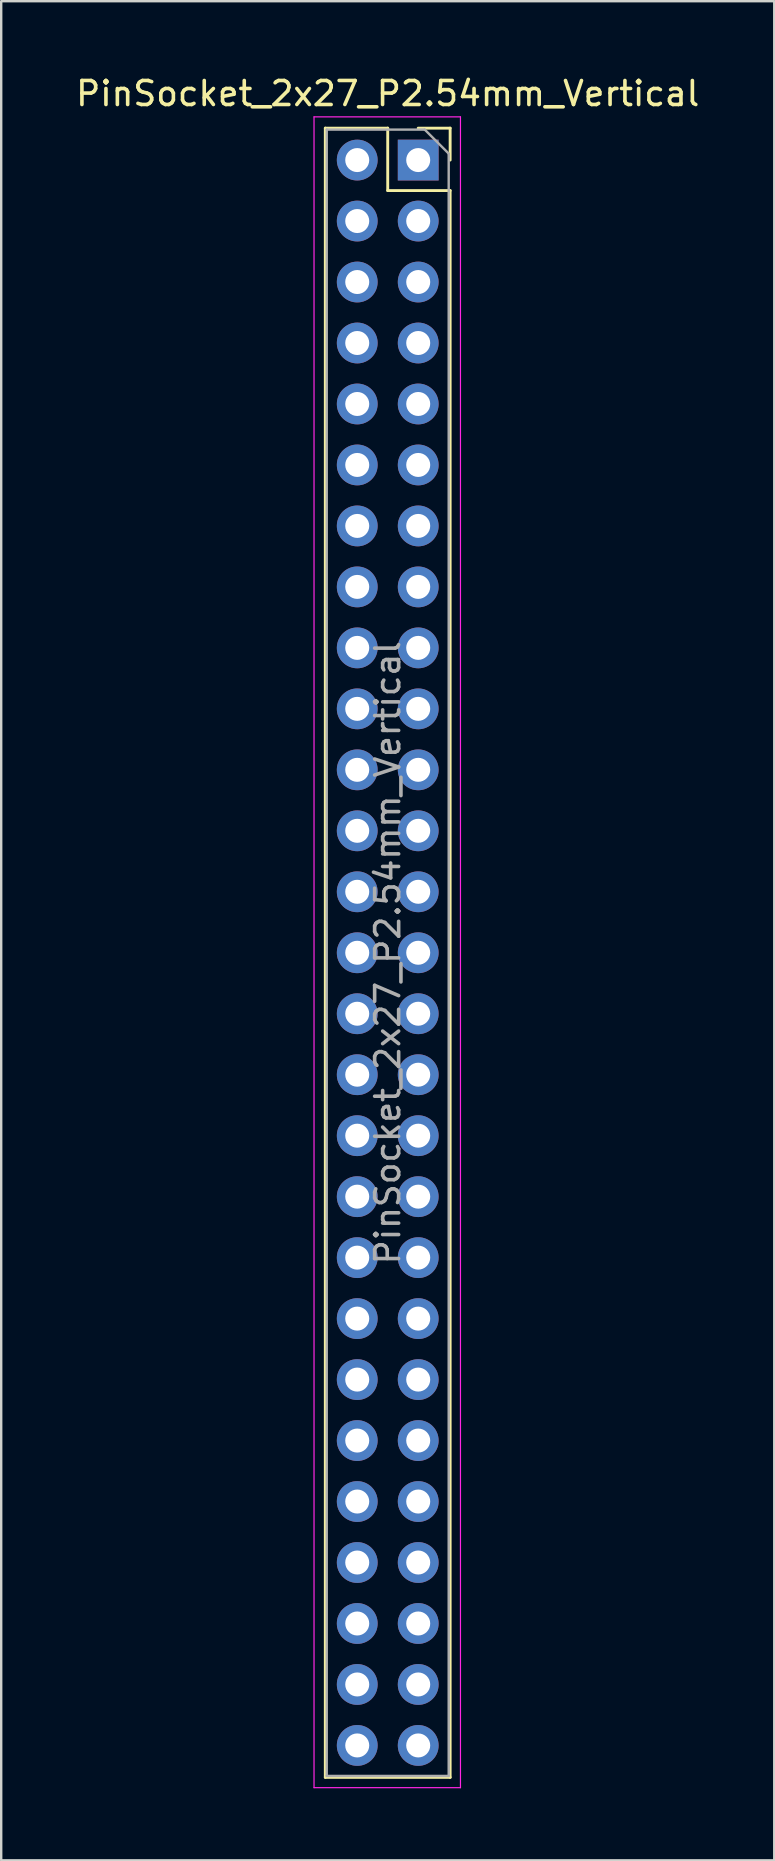
<source format=kicad_pcb>
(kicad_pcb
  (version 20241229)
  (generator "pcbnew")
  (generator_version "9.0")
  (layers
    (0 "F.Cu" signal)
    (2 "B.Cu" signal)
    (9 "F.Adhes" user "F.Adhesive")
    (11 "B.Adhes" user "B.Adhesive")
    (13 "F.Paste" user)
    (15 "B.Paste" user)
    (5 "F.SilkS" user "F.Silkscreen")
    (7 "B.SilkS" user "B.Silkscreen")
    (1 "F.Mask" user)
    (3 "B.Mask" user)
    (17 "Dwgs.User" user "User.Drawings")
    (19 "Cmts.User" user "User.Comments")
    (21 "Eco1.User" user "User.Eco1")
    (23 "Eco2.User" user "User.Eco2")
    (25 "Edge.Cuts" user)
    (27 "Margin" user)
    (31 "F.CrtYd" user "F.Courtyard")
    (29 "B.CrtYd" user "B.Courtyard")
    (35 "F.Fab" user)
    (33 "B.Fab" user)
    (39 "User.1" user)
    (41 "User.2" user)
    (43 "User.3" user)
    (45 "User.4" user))
  (footprint "PinSocket_2x27_P2.54mm_Vertical"
    (layer "F.Cu")
    (at 14.371 3.618)
    (property "Reference" "PinSocket_2x27_P2.54mm_Vertical" (at -1.27 -2.77 0) (layer "F.SilkS") (effects (font (size 1 1) (thickness 0.15))))
    (attr through_hole)
    (fp_line (start -3.87 -1.33) (end -3.87 67.37) (stroke (width 0.12) (type solid)) (layer "F.SilkS"))
    (fp_line (start -3.87 -1.33) (end -1.27 -1.33) (stroke (width 0.12) (type solid)) (layer "F.SilkS"))
    (fp_line (start -3.87 67.37) (end 1.33 67.37) (stroke (width 0.12) (type solid)) (layer "F.SilkS"))
    (fp_line (start -1.27 -1.33) (end -1.27 1.27) (stroke (width 0.12) (type solid)) (layer "F.SilkS"))
    (fp_line (start -1.27 1.27) (end 1.33 1.27) (stroke (width 0.12) (type solid)) (layer "F.SilkS"))
    (fp_line (start 0 -1.33) (end 1.33 -1.33) (stroke (width 0.12) (type solid)) (layer "F.SilkS"))
    (fp_line (start 1.33 -1.33) (end 1.33 0) (stroke (width 0.12) (type solid)) (layer "F.SilkS"))
    (fp_line (start 1.33 1.27) (end 1.33 67.37) (stroke (width 0.12) (type solid)) (layer "F.SilkS"))
    (fp_line (start -4.34 -1.8) (end 1.76 -1.8) (stroke (width 0.05) (type solid)) (layer "F.CrtYd"))
    (fp_line (start -4.34 67.8) (end -4.34 -1.8) (stroke (width 0.05) (type solid)) (layer "F.CrtYd"))
    (fp_line (start 1.76 -1.8) (end 1.76 67.8) (stroke (width 0.05) (type solid)) (layer "F.CrtYd"))
    (fp_line (start 1.76 67.8) (end -4.34 67.8) (stroke (width 0.05) (type solid)) (layer "F.CrtYd"))
    (fp_line (start -3.81 -1.27) (end 0.27 -1.27) (stroke (width 0.1) (type solid)) (layer "F.Fab"))
    (fp_line (start -3.81 67.31) (end -3.81 -1.27) (stroke (width 0.1) (type solid)) (layer "F.Fab"))
    (fp_line (start 0.27 -1.27) (end 1.27 -0.27) (stroke (width 0.1) (type solid)) (layer "F.Fab"))
    (fp_line (start 1.27 -0.27) (end 1.27 67.31) (stroke (width 0.1) (type solid)) (layer "F.Fab"))
    (fp_line (start 1.27 67.31) (end -3.81 67.31) (stroke (width 0.1) (type solid)) (layer "F.Fab"))
    (fp_text user "${REFERENCE}" (at -1.27 33.02 90) (layer "F.Fab") (effects (font (size 1 1) (thickness 0.15))))
    (pad "1" thru_hole rect (at 0 0) (size 1.7 1.7) (drill 1) (layers "*.Cu" "*.Mask"))
    (pad "2" thru_hole oval (at -2.54 0) (size 1.7 1.7) (drill 1) (layers "*.Cu" "*.Mask"))
    (pad "3" thru_hole oval (at 0 2.54) (size 1.7 1.7) (drill 1) (layers "*.Cu" "*.Mask"))
    (pad "4" thru_hole oval (at -2.54 2.54) (size 1.7 1.7) (drill 1) (layers "*.Cu" "*.Mask"))
    (pad "5" thru_hole oval (at 0 5.08) (size 1.7 1.7) (drill 1) (layers "*.Cu" "*.Mask"))
    (pad "6" thru_hole oval (at -2.54 5.08) (size 1.7 1.7) (drill 1) (layers "*.Cu" "*.Mask"))
    (pad "7" thru_hole oval (at 0 7.62) (size 1.7 1.7) (drill 1) (layers "*.Cu" "*.Mask"))
    (pad "8" thru_hole oval (at -2.54 7.62) (size 1.7 1.7) (drill 1) (layers "*.Cu" "*.Mask"))
    (pad "9" thru_hole oval (at 0 10.16) (size 1.7 1.7) (drill 1) (layers "*.Cu" "*.Mask"))
    (pad "10" thru_hole oval (at -2.54 10.16) (size 1.7 1.7) (drill 1) (layers "*.Cu" "*.Mask"))
    (pad "11" thru_hole oval (at 0 12.7) (size 1.7 1.7) (drill 1) (layers "*.Cu" "*.Mask"))
    (pad "12" thru_hole oval (at -2.54 12.7) (size 1.7 1.7) (drill 1) (layers "*.Cu" "*.Mask"))
    (pad "13" thru_hole oval (at 0 15.24) (size 1.7 1.7) (drill 1) (layers "*.Cu" "*.Mask"))
    (pad "14" thru_hole oval (at -2.54 15.24) (size 1.7 1.7) (drill 1) (layers "*.Cu" "*.Mask"))
    (pad "15" thru_hole oval (at 0 17.78) (size 1.7 1.7) (drill 1) (layers "*.Cu" "*.Mask"))
    (pad "16" thru_hole oval (at -2.54 17.78) (size 1.7 1.7) (drill 1) (layers "*.Cu" "*.Mask"))
    (pad "17" thru_hole oval (at 0 20.32) (size 1.7 1.7) (drill 1) (layers "*.Cu" "*.Mask"))
    (pad "18" thru_hole oval (at -2.54 20.32) (size 1.7 1.7) (drill 1) (layers "*.Cu" "*.Mask"))
    (pad "19" thru_hole oval (at 0 22.86) (size 1.7 1.7) (drill 1) (layers "*.Cu" "*.Mask"))
    (pad "20" thru_hole oval (at -2.54 22.86) (size 1.7 1.7) (drill 1) (layers "*.Cu" "*.Mask"))
    (pad "21" thru_hole oval (at 0 25.4) (size 1.7 1.7) (drill 1) (layers "*.Cu" "*.Mask"))
    (pad "22" thru_hole oval (at -2.54 25.4) (size 1.7 1.7) (drill 1) (layers "*.Cu" "*.Mask"))
    (pad "23" thru_hole oval (at 0 27.94) (size 1.7 1.7) (drill 1) (layers "*.Cu" "*.Mask"))
    (pad "24" thru_hole oval (at -2.54 27.94) (size 1.7 1.7) (drill 1) (layers "*.Cu" "*.Mask"))
    (pad "25" thru_hole oval (at 0 30.48) (size 1.7 1.7) (drill 1) (layers "*.Cu" "*.Mask"))
    (pad "26" thru_hole oval (at -2.54 30.48) (size 1.7 1.7) (drill 1) (layers "*.Cu" "*.Mask"))
    (pad "27" thru_hole oval (at 0 33.02) (size 1.7 1.7) (drill 1) (layers "*.Cu" "*.Mask"))
    (pad "28" thru_hole oval (at -2.54 33.02) (size 1.7 1.7) (drill 1) (layers "*.Cu" "*.Mask"))
    (pad "29" thru_hole oval (at 0 35.56) (size 1.7 1.7) (drill 1) (layers "*.Cu" "*.Mask"))
    (pad "30" thru_hole oval (at -2.54 35.56) (size 1.7 1.7) (drill 1) (layers "*.Cu" "*.Mask"))
    (pad "31" thru_hole oval (at 0 38.1) (size 1.7 1.7) (drill 1) (layers "*.Cu" "*.Mask"))
    (pad "32" thru_hole oval (at -2.54 38.1) (size 1.7 1.7) (drill 1) (layers "*.Cu" "*.Mask"))
    (pad "33" thru_hole oval (at 0 40.64) (size 1.7 1.7) (drill 1) (layers "*.Cu" "*.Mask"))
    (pad "34" thru_hole oval (at -2.54 40.64) (size 1.7 1.7) (drill 1) (layers "*.Cu" "*.Mask"))
    (pad "35" thru_hole oval (at 0 43.18) (size 1.7 1.7) (drill 1) (layers "*.Cu" "*.Mask"))
    (pad "36" thru_hole oval (at -2.54 43.18) (size 1.7 1.7) (drill 1) (layers "*.Cu" "*.Mask"))
    (pad "37" thru_hole oval (at 0 45.72) (size 1.7 1.7) (drill 1) (layers "*.Cu" "*.Mask"))
    (pad "38" thru_hole oval (at -2.54 45.72) (size 1.7 1.7) (drill 1) (layers "*.Cu" "*.Mask"))
    (pad "39" thru_hole oval (at 0 48.26) (size 1.7 1.7) (drill 1) (layers "*.Cu" "*.Mask"))
    (pad "40" thru_hole oval (at -2.54 48.26) (size 1.7 1.7) (drill 1) (layers "*.Cu" "*.Mask"))
    (pad "41" thru_hole oval (at 0 50.8) (size 1.7 1.7) (drill 1) (layers "*.Cu" "*.Mask"))
    (pad "42" thru_hole oval (at -2.54 50.8) (size 1.7 1.7) (drill 1) (layers "*.Cu" "*.Mask"))
    (pad "43" thru_hole oval (at 0 53.34) (size 1.7 1.7) (drill 1) (layers "*.Cu" "*.Mask"))
    (pad "44" thru_hole oval (at -2.54 53.34) (size 1.7 1.7) (drill 1) (layers "*.Cu" "*.Mask"))
    (pad "45" thru_hole oval (at 0 55.88) (size 1.7 1.7) (drill 1) (layers "*.Cu" "*.Mask"))
    (pad "46" thru_hole oval (at -2.54 55.88) (size 1.7 1.7) (drill 1) (layers "*.Cu" "*.Mask"))
    (pad "47" thru_hole oval (at 0 58.42) (size 1.7 1.7) (drill 1) (layers "*.Cu" "*.Mask"))
    (pad "48" thru_hole oval (at -2.54 58.42) (size 1.7 1.7) (drill 1) (layers "*.Cu" "*.Mask"))
    (pad "49" thru_hole oval (at 0 60.96) (size 1.7 1.7) (drill 1) (layers "*.Cu" "*.Mask"))
    (pad "50" thru_hole oval (at -2.54 60.96) (size 1.7 1.7) (drill 1) (layers "*.Cu" "*.Mask"))
    (pad "51" thru_hole oval (at 0 63.5) (size 1.7 1.7) (drill 1) (layers "*.Cu" "*.Mask"))
    (pad "52" thru_hole oval (at -2.54 63.5) (size 1.7 1.7) (drill 1) (layers "*.Cu" "*.Mask"))
    (pad "53" thru_hole oval (at 0 66.04) (size 1.7 1.7) (drill 1) (layers "*.Cu" "*.Mask"))
    (pad "54" thru_hole oval (at -2.54 66.04) (size 1.7 1.7) (drill 1) (layers "*.Cu" "*.Mask")))
  (gr_rect
    (start -3 -3)
    (end 29.202 74.443)
    (stroke (width 0.1) (type default))
    (fill no)
    (layer "Edge.Cuts")))
</source>
